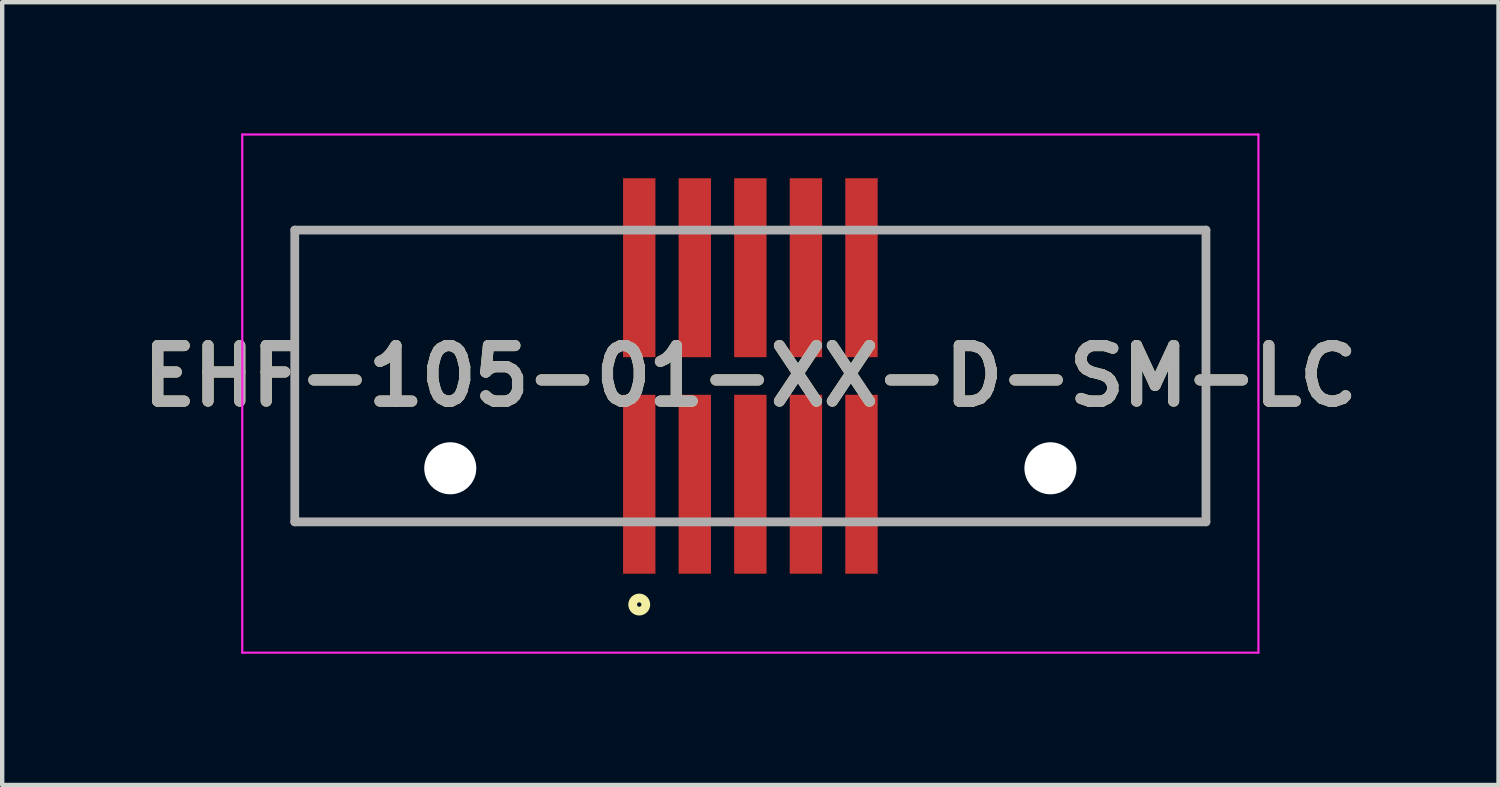
<source format=kicad_pcb>
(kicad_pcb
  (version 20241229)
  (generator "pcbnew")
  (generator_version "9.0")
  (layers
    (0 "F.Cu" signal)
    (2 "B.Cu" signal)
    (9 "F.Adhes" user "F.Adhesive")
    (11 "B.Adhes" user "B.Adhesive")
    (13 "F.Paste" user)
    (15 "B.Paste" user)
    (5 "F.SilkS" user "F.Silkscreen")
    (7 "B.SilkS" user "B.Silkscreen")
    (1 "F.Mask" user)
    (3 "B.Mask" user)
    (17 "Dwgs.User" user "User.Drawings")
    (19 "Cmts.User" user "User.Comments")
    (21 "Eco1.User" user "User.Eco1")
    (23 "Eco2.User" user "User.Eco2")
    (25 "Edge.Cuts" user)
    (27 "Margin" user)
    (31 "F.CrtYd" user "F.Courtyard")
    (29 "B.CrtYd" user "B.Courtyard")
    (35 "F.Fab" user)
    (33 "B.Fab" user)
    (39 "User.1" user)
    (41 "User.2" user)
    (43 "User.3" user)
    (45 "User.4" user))
  (footprint "EHF-105-01-XX-D-SM-LC"
    (layer "F.Cu")
    (at 14.103 5.545)
    (property "Reference" "EHF-105-01-XX-D-SM-LC" (at 0 0 0) (layer "F.SilkS") (effects (font (size 1.27 1.27) (thickness 0.254))))
    (attr through_hole)
    (fp_line (start -10.415 3.335) (end -10.415 -3.335) (stroke (width 0.1) (type solid)) (layer "F.SilkS"))
    (fp_line (start 10.415 -3.335) (end 10.415 3.335) (stroke (width 0.1) (type solid)) (layer "F.SilkS"))
    (fp_circle (center -2.54 5.225) (end -2.54 5.275) (stroke (width 0.2) (type solid)) (fill no) (layer "F.SilkS"))
    (fp_line (start -11.615 -5.52) (end 11.615 -5.52) (stroke (width 0.05) (type solid)) (layer "F.CrtYd"))
    (fp_line (start -11.615 6.325) (end -11.615 -5.52) (stroke (width 0.05) (type solid)) (layer "F.CrtYd"))
    (fp_line (start 11.615 -5.52) (end 11.615 6.325) (stroke (width 0.05) (type solid)) (layer "F.CrtYd"))
    (fp_line (start 11.615 6.325) (end -11.615 6.325) (stroke (width 0.05) (type solid)) (layer "F.CrtYd"))
    (fp_line (start -10.415 -3.335) (end 10.415 -3.335) (stroke (width 0.2) (type solid)) (layer "F.Fab"))
    (fp_line (start -10.415 3.335) (end -10.415 -3.335) (stroke (width 0.2) (type solid)) (layer "F.Fab"))
    (fp_line (start 10.415 -3.335) (end 10.415 3.335) (stroke (width 0.2) (type solid)) (layer "F.Fab"))
    (fp_line (start 10.415 3.335) (end -10.415 3.335) (stroke (width 0.2) (type solid)) (layer "F.Fab"))
    (fp_text user "${REFERENCE}" (at 0 0 0) (layer "F.Fab") (effects (font (size 1.27 1.27) (thickness 0.254))))
    (pad "" np_thru_hole circle (at -6.86 2.11) (size 1.19 1.19) (drill 1.19) (layers "*.Cu" "*.Mask"))
    (pad "" np_thru_hole circle (at 6.86 2.11) (size 1.19 1.19) (drill 1.19) (layers "*.Cu" "*.Mask"))
    (pad "1" smd rect (at -2.54 2.475) (size 0.74 4.09) (layers "F.Cu" "F.Mask" "F.Paste"))
    (pad "2" smd rect (at -2.54 -2.475) (size 0.74 4.09) (layers "F.Cu" "F.Mask" "F.Paste"))
    (pad "3" smd rect (at -1.27 2.475) (size 0.74 4.09) (layers "F.Cu" "F.Mask" "F.Paste"))
    (pad "4" smd rect (at -1.27 -2.475) (size 0.74 4.09) (layers "F.Cu" "F.Mask" "F.Paste"))
    (pad "5" smd rect (at 0 2.475) (size 0.74 4.09) (layers "F.Cu" "F.Mask" "F.Paste"))
    (pad "6" smd rect (at 0 -2.475) (size 0.74 4.09) (layers "F.Cu" "F.Mask" "F.Paste"))
    (pad "7" smd rect (at 1.27 2.475) (size 0.74 4.09) (layers "F.Cu" "F.Mask" "F.Paste"))
    (pad "8" smd rect (at 1.27 -2.475) (size 0.74 4.09) (layers "F.Cu" "F.Mask" "F.Paste"))
    (pad "9" smd rect (at 2.54 2.475) (size 0.74 4.09) (layers "F.Cu" "F.Mask" "F.Paste"))
    (pad "10" smd rect (at 2.54 -2.475) (size 0.74 4.09) (layers "F.Cu" "F.Mask" "F.Paste")))
  (gr_rect
    (start -3 -3)
    (end 31.206 14.895)
    (stroke (width 0.1) (type default))
    (fill no)
    (layer "Edge.Cuts")))
</source>
